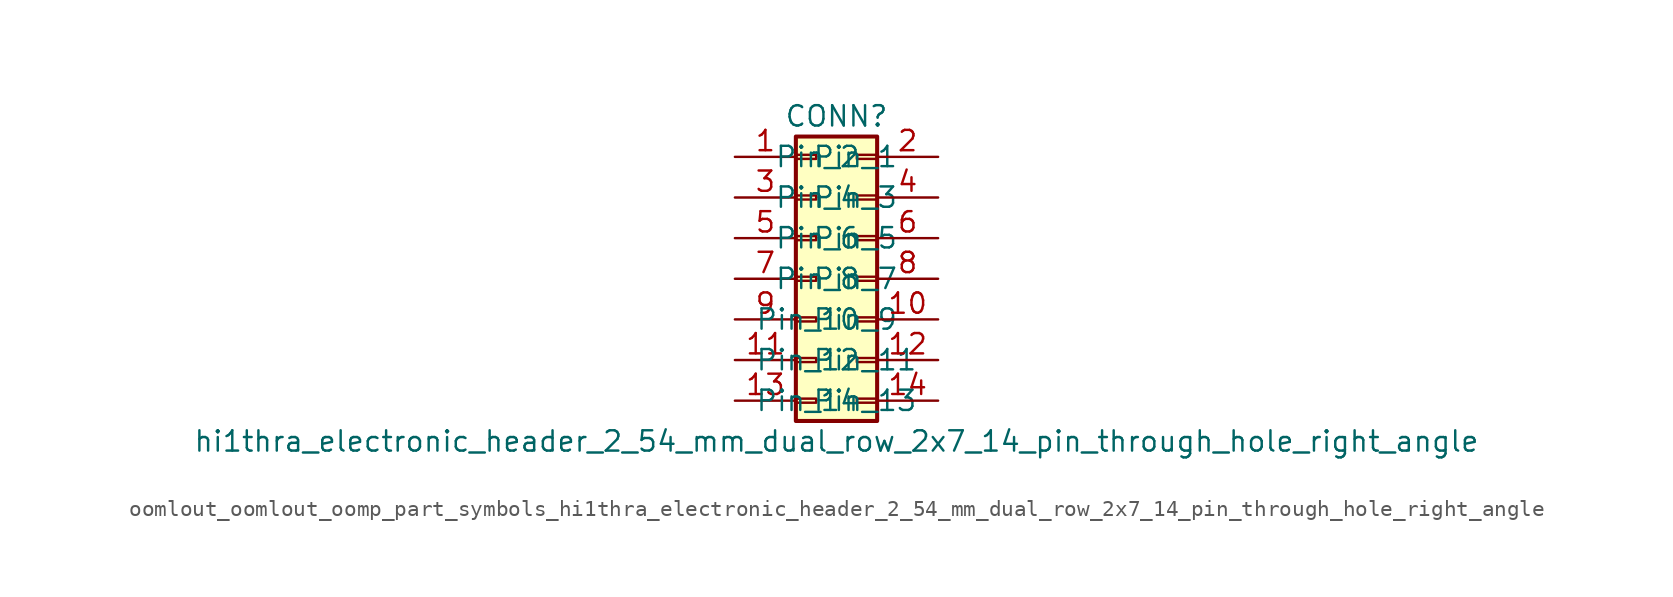
<source format=kicad_sym>
(kicad_symbol_lib
  (version 20220914)
  (generator kicad_symbol_editor)
  (symbol "oomlout_oomlout_oomp_part_symbols_hi1thra_electronic_header_2_54_mm_dual_row_2x7_14_pin_through_hole_right_angle"
    (pin_names
      (offset 1.016))
    (property "Reference" "CONN"
      (at 1.27 10.16 0)
      (effects (font (size 1.27 1.27))))
    (property "Value" "hi1thra_electronic_header_2_54_mm_dual_row_2x7_14_pin_through_hole_right_angle"
      (at 1.27 -10.16 0)
      (effects (font (size 1.27 1.27))))
    (symbol "oomlout_oomlout_oomp_part_symbols_hi1thra_electronic_header_2_54_mm_dual_row_2x7_14_pin_through_hole_right_angle_1_1"
      (rectangle (start -1.27 -7.493) (end 0 -7.747) (stroke (width 0.152) (type default)) (fill (type none)))
      (rectangle (start -1.27 -4.953) (end 0 -5.207) (stroke (width 0.152) (type default)) (fill (type none)))
      (rectangle (start -1.27 -2.413) (end 0 -2.667) (stroke (width 0.152) (type default)) (fill (type none)))
      (rectangle (start -1.27 0.127) (end 0 -0.127) (stroke (width 0.152) (type default)) (fill (type none)))
      (rectangle (start -1.27 2.667) (end 0 2.413) (stroke (width 0.152) (type default)) (fill (type none)))
      (rectangle (start -1.27 5.207) (end 0 4.953) (stroke (width 0.152) (type default)) (fill (type none)))
      (rectangle (start -1.27 7.747) (end 0 7.493) (stroke (width 0.152) (type default)) (fill (type none)))
      (rectangle (start -1.27 8.89) (end 3.81 -8.89) (stroke (width 0.254) (type default)) (fill (type background)))
      (rectangle (start 3.81 -7.493) (end 2.54 -7.747) (stroke (width 0.152) (type default)) (fill (type none)))
      (rectangle (start 3.81 -4.953) (end 2.54 -5.207) (stroke (width 0.152) (type default)) (fill (type none)))
      (rectangle (start 3.81 -2.413) (end 2.54 -2.667) (stroke (width 0.152) (type default)) (fill (type none)))
      (rectangle (start 3.81 0.127) (end 2.54 -0.127) (stroke (width 0.152) (type default)) (fill (type none)))
      (rectangle (start 3.81 2.667) (end 2.54 2.413) (stroke (width 0.152) (type default)) (fill (type none)))
      (rectangle (start 3.81 5.207) (end 2.54 4.953) (stroke (width 0.152) (type default)) (fill (type none)))
      (rectangle (start 3.81 7.747) (end 2.54 7.493) (stroke (width 0.152) (type default)) (fill (type none)))
      (pin passive line (at -5.08 7.62 0) (length 3.81) (name "Pin_1" (effects (font (size 1.27 1.27)))) (number "1" (effects (font (size 1.27 1.27)))))
      (pin passive line (at 7.62 -2.54 180) (length 3.81) (name "Pin_10" (effects (font (size 1.27 1.27)))) (number "10" (effects (font (size 1.27 1.27)))))
      (pin passive line (at -5.08 -5.08 0) (length 3.81) (name "Pin_11" (effects (font (size 1.27 1.27)))) (number "11" (effects (font (size 1.27 1.27)))))
      (pin passive line (at 7.62 -5.08 180) (length 3.81) (name "Pin_12" (effects (font (size 1.27 1.27)))) (number "12" (effects (font (size 1.27 1.27)))))
      (pin passive line (at -5.08 -7.62 0) (length 3.81) (name "Pin_13" (effects (font (size 1.27 1.27)))) (number "13" (effects (font (size 1.27 1.27)))))
      (pin passive line (at 7.62 -7.62 180) (length 3.81) (name "Pin_14" (effects (font (size 1.27 1.27)))) (number "14" (effects (font (size 1.27 1.27)))))
      (pin passive line (at 7.62 7.62 180) (length 3.81) (name "Pin_2" (effects (font (size 1.27 1.27)))) (number "2" (effects (font (size 1.27 1.27)))))
      (pin passive line (at -5.08 5.08 0) (length 3.81) (name "Pin_3" (effects (font (size 1.27 1.27)))) (number "3" (effects (font (size 1.27 1.27)))))
      (pin passive line (at 7.62 5.08 180) (length 3.81) (name "Pin_4" (effects (font (size 1.27 1.27)))) (number "4" (effects (font (size 1.27 1.27)))))
      (pin passive line (at -5.08 2.54 0) (length 3.81) (name "Pin_5" (effects (font (size 1.27 1.27)))) (number "5" (effects (font (size 1.27 1.27)))))
      (pin passive line (at 7.62 2.54 180) (length 3.81) (name "Pin_6" (effects (font (size 1.27 1.27)))) (number "6" (effects (font (size 1.27 1.27)))))
      (pin passive line (at -5.08 0 0) (length 3.81) (name "Pin_7" (effects (font (size 1.27 1.27)))) (number "7" (effects (font (size 1.27 1.27)))))
      (pin passive line (at 7.62 0 180) (length 3.81) (name "Pin_8" (effects (font (size 1.27 1.27)))) (number "8" (effects (font (size 1.27 1.27)))))
      (pin passive line (at -5.08 -2.54 0) (length 3.81) (name "Pin_9" (effects (font (size 1.27 1.27)))) (number "9" (effects (font (size 1.27 1.27))))))))
</source>
